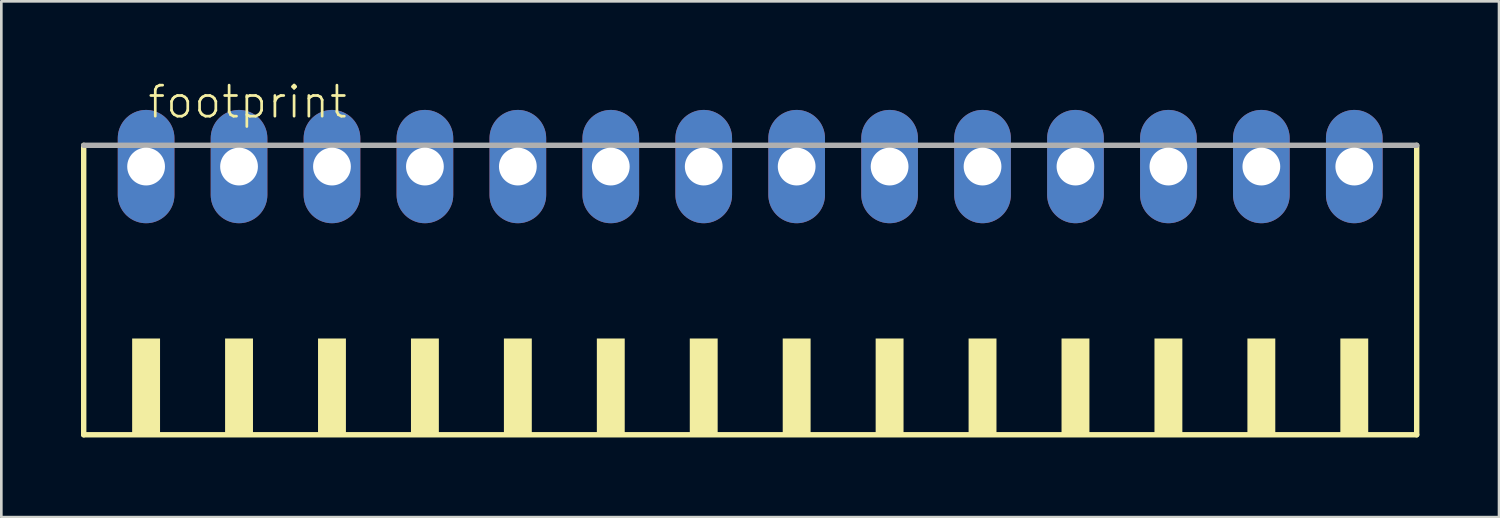
<source format=kicad_pcb>
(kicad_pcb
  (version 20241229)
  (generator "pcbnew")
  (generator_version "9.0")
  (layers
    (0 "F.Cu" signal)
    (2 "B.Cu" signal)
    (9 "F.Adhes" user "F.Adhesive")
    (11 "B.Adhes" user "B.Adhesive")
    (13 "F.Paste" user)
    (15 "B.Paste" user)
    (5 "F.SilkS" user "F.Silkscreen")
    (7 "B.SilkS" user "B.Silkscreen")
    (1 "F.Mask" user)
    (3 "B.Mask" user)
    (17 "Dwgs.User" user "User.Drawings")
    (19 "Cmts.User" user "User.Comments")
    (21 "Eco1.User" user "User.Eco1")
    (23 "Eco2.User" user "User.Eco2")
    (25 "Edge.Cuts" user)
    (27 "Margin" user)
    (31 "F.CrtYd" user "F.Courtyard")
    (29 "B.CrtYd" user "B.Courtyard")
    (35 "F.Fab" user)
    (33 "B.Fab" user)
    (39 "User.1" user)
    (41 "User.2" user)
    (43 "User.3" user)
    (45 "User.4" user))
  (footprint "footprint"
    (layer "F.Cu")
    (at 25.202 8.473)
    (property "Reference" "footprint" (at -22.75 -7 0) (layer "F.SilkS") (effects (font (size 1.168 1.168) (thickness 0.102)) (justify left bottom)))
    (fp_line (start -25.1 -6.05) (end -25.1 4.85) (stroke (width 0.203) (type solid)) (layer "F.SilkS"))
    (fp_line (start -25.1 4.85) (end 25.1 4.85) (stroke (width 0.203) (type solid)) (layer "F.SilkS"))
    (fp_line (start 25.1 4.85) (end 25.1 -6.05) (stroke (width 0.203) (type solid)) (layer "F.SilkS"))
    (fp_poly (pts (xy -23.275 4.9) (xy -22.225 4.9) (xy -22.225 1.225) (xy -23.275 1.225)) (stroke (width 0) (type solid)) (fill yes) (layer "F.SilkS"))
    (fp_poly (pts (xy -19.775 4.9) (xy -18.725 4.9) (xy -18.725 1.225) (xy -19.775 1.225)) (stroke (width 0) (type solid)) (fill yes) (layer "F.SilkS"))
    (fp_poly (pts (xy -16.275 4.9) (xy -15.225 4.9) (xy -15.225 1.225) (xy -16.275 1.225)) (stroke (width 0) (type solid)) (fill yes) (layer "F.SilkS"))
    (fp_poly (pts (xy -12.775 4.9) (xy -11.725 4.9) (xy -11.725 1.225) (xy -12.775 1.225)) (stroke (width 0) (type solid)) (fill yes) (layer "F.SilkS"))
    (fp_poly (pts (xy -9.275 4.9) (xy -8.225 4.9) (xy -8.225 1.225) (xy -9.275 1.225)) (stroke (width 0) (type solid)) (fill yes) (layer "F.SilkS"))
    (fp_poly (pts (xy -5.775 4.9) (xy -4.725 4.9) (xy -4.725 1.225) (xy -5.775 1.225)) (stroke (width 0) (type solid)) (fill yes) (layer "F.SilkS"))
    (fp_poly (pts (xy -2.275 4.9) (xy -1.225 4.9) (xy -1.225 1.225) (xy -2.275 1.225)) (stroke (width 0) (type solid)) (fill yes) (layer "F.SilkS"))
    (fp_poly (pts (xy 1.225 4.9) (xy 2.275 4.9) (xy 2.275 1.225) (xy 1.225 1.225)) (stroke (width 0) (type solid)) (fill yes) (layer "F.SilkS"))
    (fp_poly (pts (xy 4.725 4.9) (xy 5.775 4.9) (xy 5.775 1.225) (xy 4.725 1.225)) (stroke (width 0) (type solid)) (fill yes) (layer "F.SilkS"))
    (fp_poly (pts (xy 8.225 4.9) (xy 9.275 4.9) (xy 9.275 1.225) (xy 8.225 1.225)) (stroke (width 0) (type solid)) (fill yes) (layer "F.SilkS"))
    (fp_poly (pts (xy 11.725 4.9) (xy 12.775 4.9) (xy 12.775 1.225) (xy 11.725 1.225)) (stroke (width 0) (type solid)) (fill yes) (layer "F.SilkS"))
    (fp_poly (pts (xy 15.225 4.9) (xy 16.275 4.9) (xy 16.275 1.225) (xy 15.225 1.225)) (stroke (width 0) (type solid)) (fill yes) (layer "F.SilkS"))
    (fp_poly (pts (xy 18.725 4.9) (xy 19.775 4.9) (xy 19.775 1.225) (xy 18.725 1.225)) (stroke (width 0) (type solid)) (fill yes) (layer "F.SilkS"))
    (fp_poly (pts (xy 22.225 4.9) (xy 23.275 4.9) (xy 23.275 1.225) (xy 22.225 1.225)) (stroke (width 0) (type solid)) (fill yes) (layer "F.SilkS"))
    (fp_line (start 25.1 -6.05) (end -25.1 -6.05) (stroke (width 0.203) (type solid)) (layer "F.Fab"))
    (pad "1" thru_hole oval (at -22.75 -5.25 90) (size 4.267 2.134) (drill 1.422) (layers "*.Cu" "*.Mask"))
    (pad "2" thru_hole oval (at -19.25 -5.25 90) (size 4.267 2.134) (drill 1.422) (layers "*.Cu" "*.Mask"))
    (pad "3" thru_hole oval (at -15.75 -5.25 90) (size 4.267 2.134) (drill 1.422) (layers "*.Cu" "*.Mask"))
    (pad "4" thru_hole oval (at -12.25 -5.25 90) (size 4.267 2.134) (drill 1.422) (layers "*.Cu" "*.Mask"))
    (pad "5" thru_hole oval (at -8.75 -5.25 90) (size 4.267 2.134) (drill 1.422) (layers "*.Cu" "*.Mask"))
    (pad "6" thru_hole oval (at -5.25 -5.25 90) (size 4.267 2.134) (drill 1.422) (layers "*.Cu" "*.Mask"))
    (pad "7" thru_hole oval (at -1.75 -5.25 90) (size 4.267 2.134) (drill 1.422) (layers "*.Cu" "*.Mask"))
    (pad "8" thru_hole oval (at 1.75 -5.25 90) (size 4.267 2.134) (drill 1.422) (layers "*.Cu" "*.Mask"))
    (pad "9" thru_hole oval (at 5.25 -5.25 90) (size 4.267 2.134) (drill 1.422) (layers "*.Cu" "*.Mask"))
    (pad "10" thru_hole oval (at 8.75 -5.25 90) (size 4.267 2.134) (drill 1.422) (layers "*.Cu" "*.Mask"))
    (pad "11" thru_hole oval (at 12.25 -5.25 90) (size 4.267 2.134) (drill 1.422) (layers "*.Cu" "*.Mask"))
    (pad "12" thru_hole oval (at 15.75 -5.25 90) (size 4.267 2.134) (drill 1.422) (layers "*.Cu" "*.Mask"))
    (pad "13" thru_hole oval (at 19.25 -5.25 90) (size 4.267 2.134) (drill 1.422) (layers "*.Cu" "*.Mask"))
    (pad "14" thru_hole oval (at 22.75 -5.25 90) (size 4.267 2.134) (drill 1.422) (layers "*.Cu" "*.Mask")))
  (gr_rect
    (start -3 -3)
    (end 53.403 16.425)
    (stroke (width 0.1) (type default))
    (fill no)
    (layer "Edge.Cuts")))
</source>
